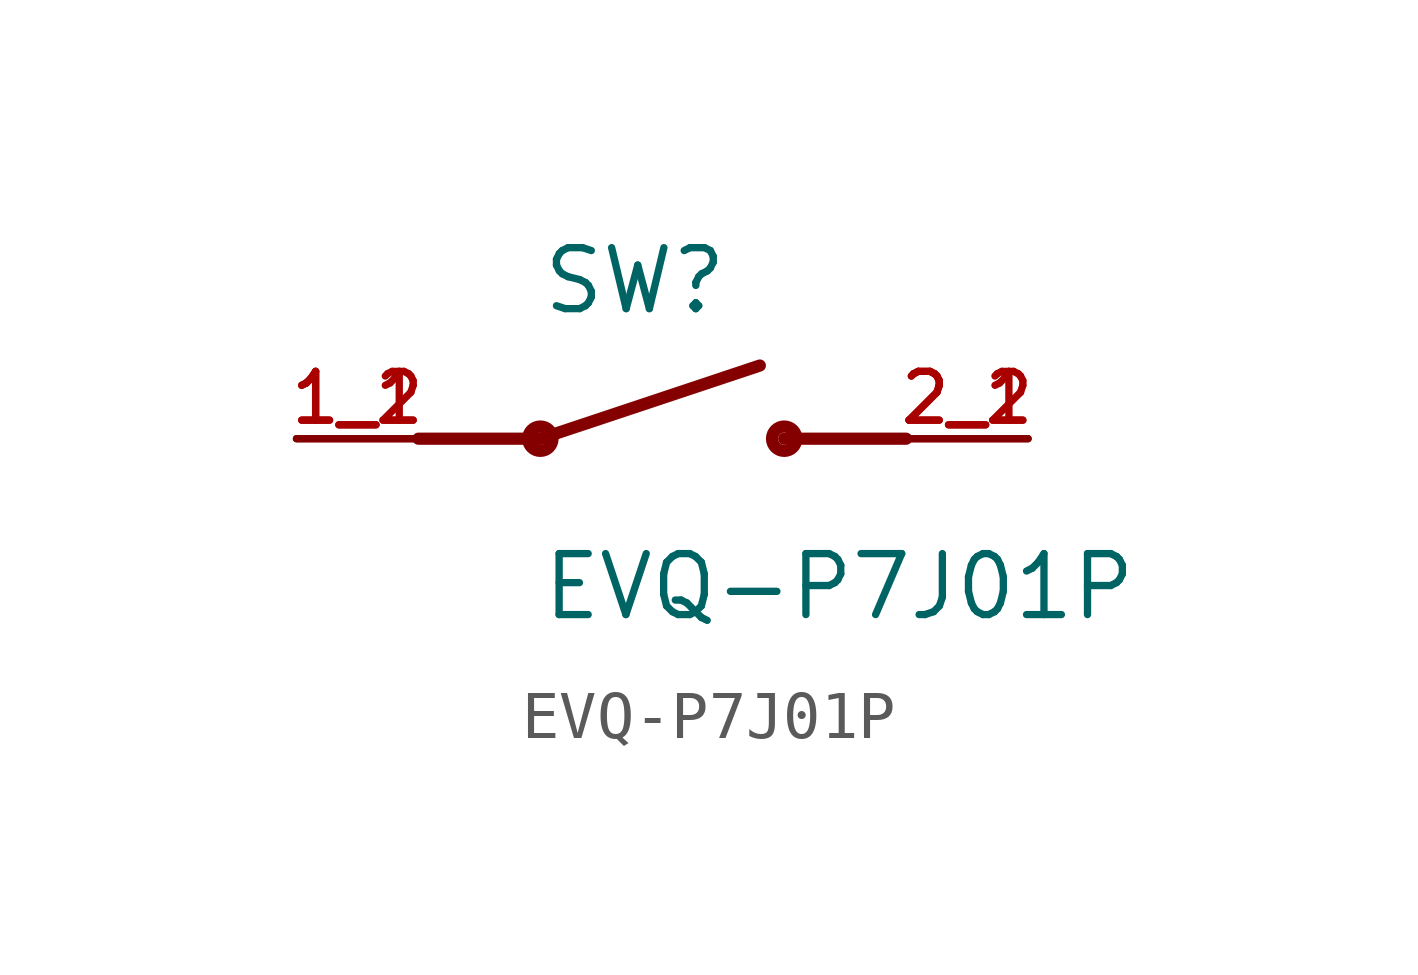
<source format=kicad_sym>
(kicad_symbol_lib
  (version 20211014)
  (generator kicad_symbol_editor)
  (symbol "EVQ-P7J01P"
    (pin_names
      (offset 1.016))
    (property "Reference" "SW"
      (at -2.546 2.546 0)
      (effects (font (size 1.27 1.27)) (justify bottom left)))
    (property "Value" "EVQ-P7J01P"
      (at -2.551 -3.827 0)
      (effects (font (size 1.27 1.27)) (justify bottom left)))
    (symbol "EVQ-P7J01P_0_0"
      (circle (center -2.54 0.0) (radius 0.254) (stroke (width 0.254)) (fill (type none)))
      (circle (center 2.54 0.0) (radius 0.254) (stroke (width 0.254)) (fill (type none)))
      (polyline (pts (xy -2.54 0.0) (xy 2.032 1.524)) (stroke (width 0.254)))
      (polyline (pts (xy -2.54 0.0) (xy -5.08 0.0)) (stroke (width 0.254)))
      (polyline (pts (xy 2.54 0.0) (xy 5.08 0.0)) (stroke (width 0.254)))
      (pin passive line (at -7.62 0.0 0) (length 2.54) (name "~" (effects (font (size 1.016 1.016)))) (number "1_1" (effects (font (size 1.016 1.016)))))
      (pin passive line (at 7.62 0.0 180.0) (length 2.54) (name "~" (effects (font (size 1.016 1.016)))) (number "2_1" (effects (font (size 1.016 1.016)))))
      (pin passive line (at -7.62 0.0 0) (length 2.54) (name "~" (effects (font (size 1.016 1.016)))) (number "1_2" (effects (font (size 1.016 1.016)))))
      (pin passive line (at 7.62 0.0 180.0) (length 2.54) (name "~" (effects (font (size 1.016 1.016)))) (number "2_2" (effects (font (size 1.016 1.016))))))))
</source>
